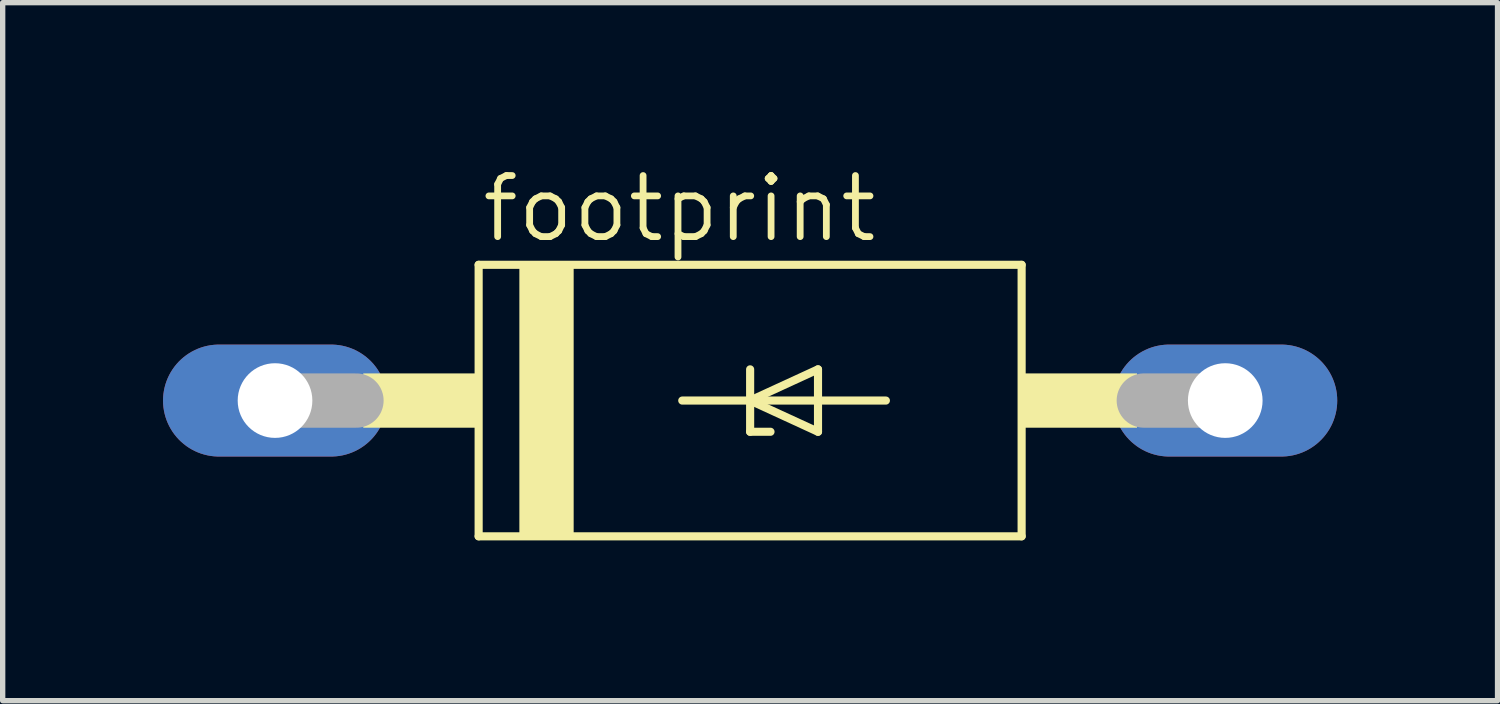
<source format=kicad_pcb>
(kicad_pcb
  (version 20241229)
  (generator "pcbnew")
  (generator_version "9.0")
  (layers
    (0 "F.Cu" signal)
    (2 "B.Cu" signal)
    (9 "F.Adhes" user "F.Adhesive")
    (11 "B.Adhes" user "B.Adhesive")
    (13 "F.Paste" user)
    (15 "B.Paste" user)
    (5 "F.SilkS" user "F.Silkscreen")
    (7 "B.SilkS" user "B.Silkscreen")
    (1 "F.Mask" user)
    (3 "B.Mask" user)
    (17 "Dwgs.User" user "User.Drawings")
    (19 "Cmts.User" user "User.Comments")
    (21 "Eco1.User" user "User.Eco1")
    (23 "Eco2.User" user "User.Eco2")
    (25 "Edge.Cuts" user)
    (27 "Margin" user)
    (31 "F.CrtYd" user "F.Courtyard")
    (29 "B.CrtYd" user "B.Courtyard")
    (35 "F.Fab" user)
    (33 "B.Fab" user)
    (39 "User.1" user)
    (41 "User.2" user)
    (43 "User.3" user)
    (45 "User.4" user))
  (footprint "footprint"
    (layer "F.Cu")
    (at 10.986 4.445)
    (property "Reference" "footprint" (at -5.08 -2.921 0) (layer "F.SilkS") (effects (font (size 1.143 1.143) (thickness 0.127)) (justify left bottom)))
    (fp_line (start -5.08 -2.54) (end 5.08 -2.54) (stroke (width 0.152) (type solid)) (layer "F.SilkS"))
    (fp_line (start -5.08 2.54) (end -5.08 -2.54) (stroke (width 0.152) (type solid)) (layer "F.SilkS"))
    (fp_line (start -1.27 0) (end 0 0) (stroke (width 0.152) (type solid)) (layer "F.SilkS"))
    (fp_line (start 0 -0.584) (end 0 0) (stroke (width 0.152) (type solid)) (layer "F.SilkS"))
    (fp_line (start 0 0) (end 0 0.584) (stroke (width 0.152) (type solid)) (layer "F.SilkS"))
    (fp_line (start 0 0) (end 1.27 -0.584) (stroke (width 0.152) (type solid)) (layer "F.SilkS"))
    (fp_line (start 0 0) (end 2.54 0) (stroke (width 0.152) (type solid)) (layer "F.SilkS"))
    (fp_line (start 0 0.584) (end 0.381 0.584) (stroke (width 0.152) (type solid)) (layer "F.SilkS"))
    (fp_line (start 1.27 -0.584) (end 1.27 0.584) (stroke (width 0.152) (type solid)) (layer "F.SilkS"))
    (fp_line (start 1.27 0.584) (end 0 0) (stroke (width 0.152) (type solid)) (layer "F.SilkS"))
    (fp_line (start 5.08 -2.54) (end 5.08 2.54) (stroke (width 0.152) (type solid)) (layer "F.SilkS"))
    (fp_line (start 5.08 2.54) (end -5.08 2.54) (stroke (width 0.152) (type solid)) (layer "F.SilkS"))
    (fp_poly (pts (xy -7.239 0.508) (xy -5.08 0.508) (xy -5.08 -0.508) (xy -7.239 -0.508)) (stroke (width 0) (type solid)) (fill yes) (layer "F.SilkS"))
    (fp_poly (pts (xy -4.318 2.54) (xy -3.302 2.54) (xy -3.302 -2.54) (xy -4.318 -2.54)) (stroke (width 0) (type solid)) (fill yes) (layer "F.SilkS"))
    (fp_poly (pts (xy 5.08 0.508) (xy 7.239 0.508) (xy 7.239 -0.508) (xy 5.08 -0.508)) (stroke (width 0) (type solid)) (fill yes) (layer "F.SilkS"))
    (fp_line (start -8.89 0) (end -7.366 0) (stroke (width 1.016) (type solid)) (layer "F.Fab"))
    (fp_line (start 8.89 0) (end 7.366 0) (stroke (width 1.016) (type solid)) (layer "F.Fab"))
    (pad "A" thru_hole oval (at 8.89 0) (size 4.191 2.095) (drill 1.397) (layers "*.Cu" "*.Mask"))
    (pad "C" thru_hole oval (at -8.89 0) (size 4.191 2.095) (drill 1.397) (layers "*.Cu" "*.Mask")))
  (gr_rect
    (start -3 -3)
    (end 24.971 10.061)
    (stroke (width 0.1) (type default))
    (fill no)
    (layer "Edge.Cuts")))
</source>
